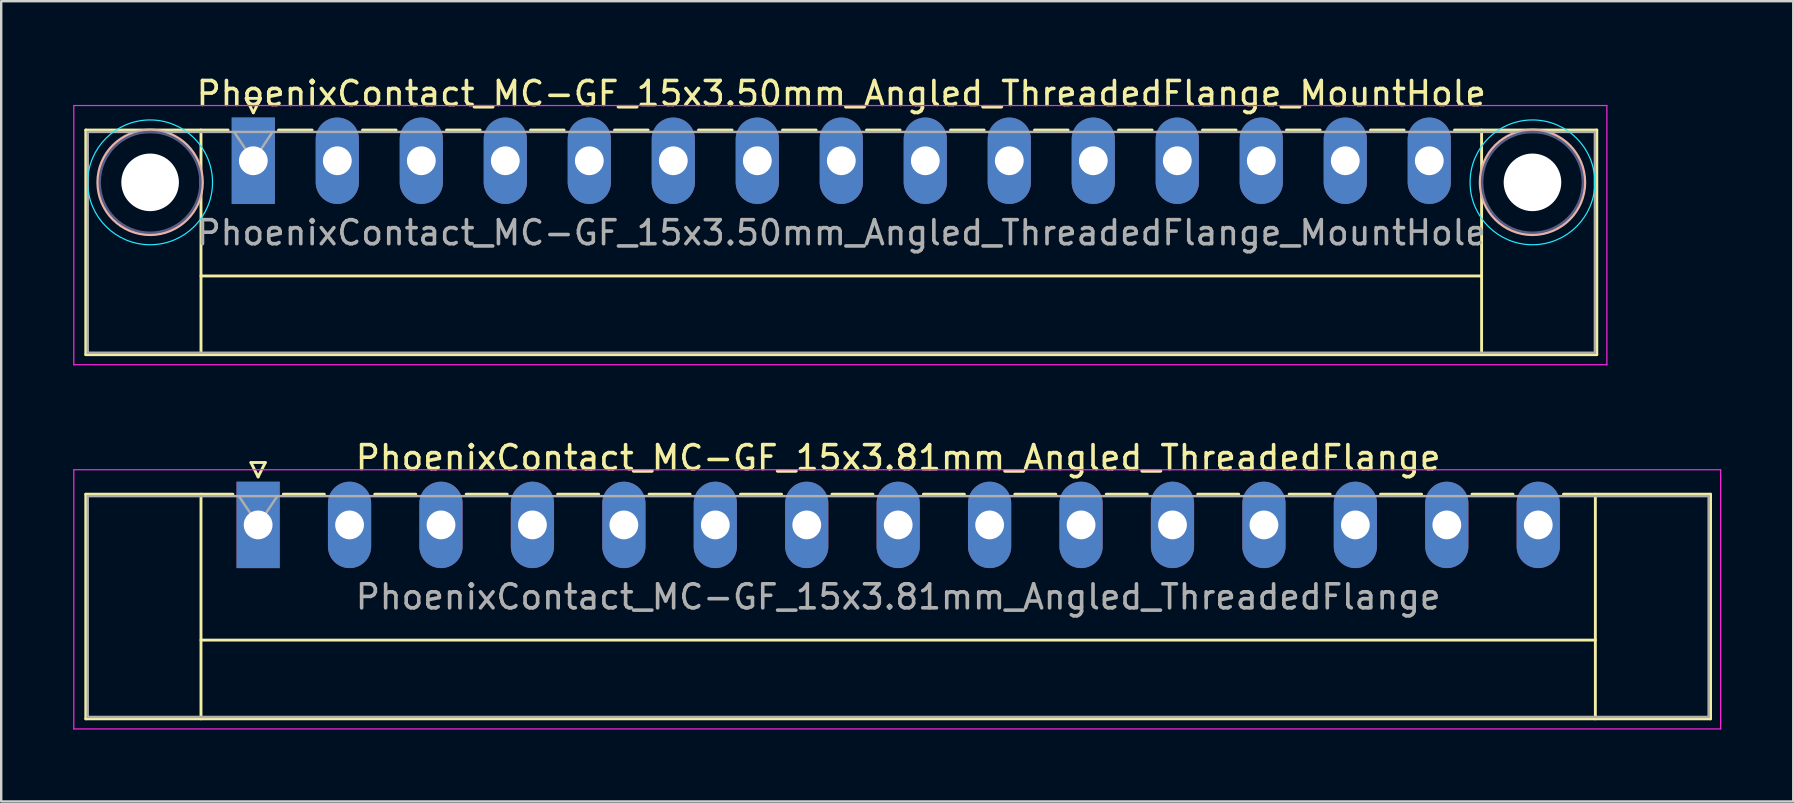
<source format=kicad_pcb>
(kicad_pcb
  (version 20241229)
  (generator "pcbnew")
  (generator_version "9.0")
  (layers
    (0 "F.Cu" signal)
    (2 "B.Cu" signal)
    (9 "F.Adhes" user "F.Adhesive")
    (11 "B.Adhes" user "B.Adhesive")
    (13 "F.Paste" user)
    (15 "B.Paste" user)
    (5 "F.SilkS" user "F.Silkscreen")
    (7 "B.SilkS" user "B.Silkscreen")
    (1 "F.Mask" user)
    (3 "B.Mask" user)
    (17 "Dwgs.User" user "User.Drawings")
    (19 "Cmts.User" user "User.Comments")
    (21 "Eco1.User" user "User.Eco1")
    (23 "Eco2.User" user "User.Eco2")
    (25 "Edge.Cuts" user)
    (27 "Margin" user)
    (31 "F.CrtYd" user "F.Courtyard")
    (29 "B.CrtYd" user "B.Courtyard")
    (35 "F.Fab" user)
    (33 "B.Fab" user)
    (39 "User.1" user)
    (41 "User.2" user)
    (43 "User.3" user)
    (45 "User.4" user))
  (footprint "PhoenixContact_MC-GF_15x3.81mm_Angled_ThreadedFlange"
    (layer "F.Cu")
    (at 7.705 18.822)
    (property "Reference" "PhoenixContact_MC-GF_15x3.81mm_Angled_ThreadedFlange" (at 26.67 -2.8 0) (layer "F.SilkS") (effects (font (size 1 1) (thickness 0.15))))
    (attr through_hole)
    (fp_line (start -7.18 -1.28) (end -7.18 8.08) (stroke (width 0.12) (type solid)) (layer "F.SilkS"))
    (fp_line (start -7.18 -1.28) (end -1.05 -1.28) (stroke (width 0.12) (type solid)) (layer "F.SilkS"))
    (fp_line (start -7.18 8.08) (end 60.52 8.08) (stroke (width 0.12) (type solid)) (layer "F.SilkS"))
    (fp_line (start -2.38 -1.28) (end -2.38 8.08) (stroke (width 0.12) (type solid)) (layer "F.SilkS"))
    (fp_line (start -2.38 4.8) (end 55.72 4.8) (stroke (width 0.12) (type solid)) (layer "F.SilkS"))
    (fp_line (start -0.3 -2.6) (end 0.3 -2.6) (stroke (width 0.12) (type solid)) (layer "F.SilkS"))
    (fp_line (start 0 -2) (end -0.3 -2.6) (stroke (width 0.12) (type solid)) (layer "F.SilkS"))
    (fp_line (start 0.3 -2.6) (end 0 -2) (stroke (width 0.12) (type solid)) (layer "F.SilkS"))
    (fp_line (start 1.05 -1.28) (end 2.76 -1.28) (stroke (width 0.12) (type solid)) (layer "F.SilkS"))
    (fp_line (start 4.86 -1.28) (end 6.57 -1.28) (stroke (width 0.12) (type solid)) (layer "F.SilkS"))
    (fp_line (start 8.67 -1.28) (end 10.38 -1.28) (stroke (width 0.12) (type solid)) (layer "F.SilkS"))
    (fp_line (start 12.48 -1.28) (end 14.19 -1.28) (stroke (width 0.12) (type solid)) (layer "F.SilkS"))
    (fp_line (start 16.29 -1.28) (end 18 -1.28) (stroke (width 0.12) (type solid)) (layer "F.SilkS"))
    (fp_line (start 20.1 -1.28) (end 21.81 -1.28) (stroke (width 0.12) (type solid)) (layer "F.SilkS"))
    (fp_line (start 23.91 -1.28) (end 25.62 -1.28) (stroke (width 0.12) (type solid)) (layer "F.SilkS"))
    (fp_line (start 27.72 -1.28) (end 29.43 -1.28) (stroke (width 0.12) (type solid)) (layer "F.SilkS"))
    (fp_line (start 31.53 -1.28) (end 33.24 -1.28) (stroke (width 0.12) (type solid)) (layer "F.SilkS"))
    (fp_line (start 35.34 -1.28) (end 37.05 -1.28) (stroke (width 0.12) (type solid)) (layer "F.SilkS"))
    (fp_line (start 39.15 -1.28) (end 40.86 -1.28) (stroke (width 0.12) (type solid)) (layer "F.SilkS"))
    (fp_line (start 42.96 -1.28) (end 44.67 -1.28) (stroke (width 0.12) (type solid)) (layer "F.SilkS"))
    (fp_line (start 46.77 -1.28) (end 48.48 -1.28) (stroke (width 0.12) (type solid)) (layer "F.SilkS"))
    (fp_line (start 50.58 -1.28) (end 52.29 -1.28) (stroke (width 0.12) (type solid)) (layer "F.SilkS"))
    (fp_line (start 55.72 -1.28) (end 55.72 8.08) (stroke (width 0.12) (type solid)) (layer "F.SilkS"))
    (fp_line (start 60.52 -1.28) (end 54.39 -1.28) (stroke (width 0.12) (type solid)) (layer "F.SilkS"))
    (fp_line (start 60.52 8.08) (end 60.52 -1.28) (stroke (width 0.12) (type solid)) (layer "F.SilkS"))
    (fp_line (start -7.68 -2.3) (end -7.68 8.5) (stroke (width 0.05) (type solid)) (layer "F.CrtYd"))
    (fp_line (start -7.68 8.5) (end 60.94 8.5) (stroke (width 0.05) (type solid)) (layer "F.CrtYd"))
    (fp_line (start 60.94 -2.3) (end -7.68 -2.3) (stroke (width 0.05) (type solid)) (layer "F.CrtYd"))
    (fp_line (start 60.94 8.5) (end 60.94 -2.3) (stroke (width 0.05) (type solid)) (layer "F.CrtYd"))
    (fp_line (start -7.1 -1.2) (end -7.1 8) (stroke (width 0.1) (type solid)) (layer "F.Fab"))
    (fp_line (start -7.1 8) (end 60.44 8) (stroke (width 0.1) (type solid)) (layer "F.Fab"))
    (fp_line (start 0 0) (end -0.8 -1.2) (stroke (width 0.1) (type solid)) (layer "F.Fab"))
    (fp_line (start 0.8 -1.2) (end 0 0) (stroke (width 0.1) (type solid)) (layer "F.Fab"))
    (fp_line (start 60.44 -1.2) (end -7.1 -1.2) (stroke (width 0.1) (type solid)) (layer "F.Fab"))
    (fp_line (start 60.44 8) (end 60.44 -1.2) (stroke (width 0.1) (type solid)) (layer "F.Fab"))
    (fp_text user "${REFERENCE}" (at 26.67 3 0) (layer "F.Fab") (effects (font (size 1 1) (thickness 0.15))))
    (pad "1" thru_hole rect (at 0 0) (size 1.8 3.6) (drill 1.2) (layers "*.Cu" "*.Mask"))
    (pad "2" thru_hole oval (at 3.81 0) (size 1.8 3.6) (drill 1.2) (layers "*.Cu" "*.Mask"))
    (pad "3" thru_hole oval (at 7.62 0) (size 1.8 3.6) (drill 1.2) (layers "*.Cu" "*.Mask"))
    (pad "4" thru_hole oval (at 11.43 0) (size 1.8 3.6) (drill 1.2) (layers "*.Cu" "*.Mask"))
    (pad "5" thru_hole oval (at 15.24 0) (size 1.8 3.6) (drill 1.2) (layers "*.Cu" "*.Mask"))
    (pad "6" thru_hole oval (at 19.05 0) (size 1.8 3.6) (drill 1.2) (layers "*.Cu" "*.Mask"))
    (pad "7" thru_hole oval (at 22.86 0) (size 1.8 3.6) (drill 1.2) (layers "*.Cu" "*.Mask"))
    (pad "8" thru_hole oval (at 26.67 0) (size 1.8 3.6) (drill 1.2) (layers "*.Cu" "*.Mask"))
    (pad "9" thru_hole oval (at 30.48 0) (size 1.8 3.6) (drill 1.2) (layers "*.Cu" "*.Mask"))
    (pad "10" thru_hole oval (at 34.29 0) (size 1.8 3.6) (drill 1.2) (layers "*.Cu" "*.Mask"))
    (pad "11" thru_hole oval (at 38.1 0) (size 1.8 3.6) (drill 1.2) (layers "*.Cu" "*.Mask"))
    (pad "12" thru_hole oval (at 41.91 0) (size 1.8 3.6) (drill 1.2) (layers "*.Cu" "*.Mask"))
    (pad "13" thru_hole oval (at 45.72 0) (size 1.8 3.6) (drill 1.2) (layers "*.Cu" "*.Mask"))
    (pad "14" thru_hole oval (at 49.53 0) (size 1.8 3.6) (drill 1.2) (layers "*.Cu" "*.Mask"))
    (pad "15" thru_hole oval (at 53.34 0) (size 1.8 3.6) (drill 1.2) (layers "*.Cu" "*.Mask")))
  (footprint "PhoenixContact_MC-GF_15x3.50mm_Angled_ThreadedFlange_MountHole"
    (layer "F.Cu")
    (at 7.505 3.648)
    (property "Reference" "PhoenixContact_MC-GF_15x3.50mm_Angled_ThreadedFlange_MountHole" (at 24.5 -2.8 0) (layer "F.SilkS") (effects (font (size 1 1) (thickness 0.15))))
    (attr through_hole)
    (fp_line (start -6.98 -1.28) (end -6.98 8.08) (stroke (width 0.12) (type solid)) (layer "F.SilkS"))
    (fp_line (start -6.98 -1.28) (end -1.05 -1.28) (stroke (width 0.12) (type solid)) (layer "F.SilkS"))
    (fp_line (start -6.98 8.08) (end 55.98 8.08) (stroke (width 0.12) (type solid)) (layer "F.SilkS"))
    (fp_line (start -2.18 -1.28) (end -2.18 8.08) (stroke (width 0.12) (type solid)) (layer "F.SilkS"))
    (fp_line (start -2.18 4.8) (end 51.18 4.8) (stroke (width 0.12) (type solid)) (layer "F.SilkS"))
    (fp_line (start -0.3 -2.6) (end 0.3 -2.6) (stroke (width 0.12) (type solid)) (layer "F.SilkS"))
    (fp_line (start 0 -2) (end -0.3 -2.6) (stroke (width 0.12) (type solid)) (layer "F.SilkS"))
    (fp_line (start 0.3 -2.6) (end 0 -2) (stroke (width 0.12) (type solid)) (layer "F.SilkS"))
    (fp_line (start 1.05 -1.28) (end 2.45 -1.28) (stroke (width 0.12) (type solid)) (layer "F.SilkS"))
    (fp_line (start 4.55 -1.28) (end 5.95 -1.28) (stroke (width 0.12) (type solid)) (layer "F.SilkS"))
    (fp_line (start 8.05 -1.28) (end 9.45 -1.28) (stroke (width 0.12) (type solid)) (layer "F.SilkS"))
    (fp_line (start 11.55 -1.28) (end 12.95 -1.28) (stroke (width 0.12) (type solid)) (layer "F.SilkS"))
    (fp_line (start 15.05 -1.28) (end 16.45 -1.28) (stroke (width 0.12) (type solid)) (layer "F.SilkS"))
    (fp_line (start 18.55 -1.28) (end 19.95 -1.28) (stroke (width 0.12) (type solid)) (layer "F.SilkS"))
    (fp_line (start 22.05 -1.28) (end 23.45 -1.28) (stroke (width 0.12) (type solid)) (layer "F.SilkS"))
    (fp_line (start 25.55 -1.28) (end 26.95 -1.28) (stroke (width 0.12) (type solid)) (layer "F.SilkS"))
    (fp_line (start 29.05 -1.28) (end 30.45 -1.28) (stroke (width 0.12) (type solid)) (layer "F.SilkS"))
    (fp_line (start 32.55 -1.28) (end 33.95 -1.28) (stroke (width 0.12) (type solid)) (layer "F.SilkS"))
    (fp_line (start 36.05 -1.28) (end 37.45 -1.28) (stroke (width 0.12) (type solid)) (layer "F.SilkS"))
    (fp_line (start 39.55 -1.28) (end 40.95 -1.28) (stroke (width 0.12) (type solid)) (layer "F.SilkS"))
    (fp_line (start 43.05 -1.28) (end 44.45 -1.28) (stroke (width 0.12) (type solid)) (layer "F.SilkS"))
    (fp_line (start 46.55 -1.28) (end 47.95 -1.28) (stroke (width 0.12) (type solid)) (layer "F.SilkS"))
    (fp_line (start 51.18 -1.28) (end 51.18 8.08) (stroke (width 0.12) (type solid)) (layer "F.SilkS"))
    (fp_line (start 55.98 -1.28) (end 50.05 -1.28) (stroke (width 0.12) (type solid)) (layer "F.SilkS"))
    (fp_line (start 55.98 8.08) (end 55.98 -1.28) (stroke (width 0.12) (type solid)) (layer "F.SilkS"))
    (fp_circle (center -4.3 0.9) (end -2.12 0.9) (stroke (width 0.12) (type solid)) (fill no) (layer "B.SilkS"))
    (fp_circle (center 53.3 0.9) (end 55.48 0.9) (stroke (width 0.12) (type solid)) (fill no) (layer "B.SilkS"))
    (fp_circle (center -4.3 0.9) (end -1.7 0.9) (stroke (width 0.05) (type solid)) (fill no) (layer "B.CrtYd"))
    (fp_circle (center 53.3 0.9) (end 55.9 0.9) (stroke (width 0.05) (type solid)) (fill no) (layer "B.CrtYd"))
    (fp_line (start -7.48 -2.3) (end -7.48 8.5) (stroke (width 0.05) (type solid)) (layer "F.CrtYd"))
    (fp_line (start -7.48 8.5) (end 56.4 8.5) (stroke (width 0.05) (type solid)) (layer "F.CrtYd"))
    (fp_line (start 56.4 -2.3) (end -7.48 -2.3) (stroke (width 0.05) (type solid)) (layer "F.CrtYd"))
    (fp_line (start 56.4 8.5) (end 56.4 -2.3) (stroke (width 0.05) (type solid)) (layer "F.CrtYd"))
    (fp_circle (center -4.3 0.9) (end -2.2 0.9) (stroke (width 0.1) (type solid)) (fill no) (layer "B.Fab"))
    (fp_circle (center 53.3 0.9) (end 55.4 0.9) (stroke (width 0.1) (type solid)) (fill no) (layer "B.Fab"))
    (fp_line (start -6.9 -1.2) (end -6.9 8) (stroke (width 0.1) (type solid)) (layer "F.Fab"))
    (fp_line (start -6.9 8) (end 55.9 8) (stroke (width 0.1) (type solid)) (layer "F.Fab"))
    (fp_line (start 0 0) (end -0.8 -1.2) (stroke (width 0.1) (type solid)) (layer "F.Fab"))
    (fp_line (start 0.8 -1.2) (end 0 0) (stroke (width 0.1) (type solid)) (layer "F.Fab"))
    (fp_line (start 55.9 -1.2) (end -6.9 -1.2) (stroke (width 0.1) (type solid)) (layer "F.Fab"))
    (fp_line (start 55.9 8) (end 55.9 -1.2) (stroke (width 0.1) (type solid)) (layer "F.Fab"))
    (fp_text user "${REFERENCE}" (at 24.5 3 0) (layer "F.Fab") (effects (font (size 1 1) (thickness 0.15))))
    (pad "" np_thru_hole circle (at -4.3 0.9) (size 2.4 2.4) (drill 2.4) (layers "*.Cu" "*.Mask"))
    (pad "" np_thru_hole circle (at 53.3 0.9) (size 2.4 2.4) (drill 2.4) (layers "*.Cu" "*.Mask"))
    (pad "1" thru_hole rect (at 0 0) (size 1.8 3.6) (drill 1.2) (layers "*.Cu" "*.Mask"))
    (pad "2" thru_hole oval (at 3.5 0) (size 1.8 3.6) (drill 1.2) (layers "*.Cu" "*.Mask"))
    (pad "3" thru_hole oval (at 7 0) (size 1.8 3.6) (drill 1.2) (layers "*.Cu" "*.Mask"))
    (pad "4" thru_hole oval (at 10.5 0) (size 1.8 3.6) (drill 1.2) (layers "*.Cu" "*.Mask"))
    (pad "5" thru_hole oval (at 14 0) (size 1.8 3.6) (drill 1.2) (layers "*.Cu" "*.Mask"))
    (pad "6" thru_hole oval (at 17.5 0) (size 1.8 3.6) (drill 1.2) (layers "*.Cu" "*.Mask"))
    (pad "7" thru_hole oval (at 21 0) (size 1.8 3.6) (drill 1.2) (layers "*.Cu" "*.Mask"))
    (pad "8" thru_hole oval (at 24.5 0) (size 1.8 3.6) (drill 1.2) (layers "*.Cu" "*.Mask"))
    (pad "9" thru_hole oval (at 28 0) (size 1.8 3.6) (drill 1.2) (layers "*.Cu" "*.Mask"))
    (pad "10" thru_hole oval (at 31.5 0) (size 1.8 3.6) (drill 1.2) (layers "*.Cu" "*.Mask"))
    (pad "11" thru_hole oval (at 35 0) (size 1.8 3.6) (drill 1.2) (layers "*.Cu" "*.Mask"))
    (pad "12" thru_hole oval (at 38.5 0) (size 1.8 3.6) (drill 1.2) (layers "*.Cu" "*.Mask"))
    (pad "13" thru_hole oval (at 42 0) (size 1.8 3.6) (drill 1.2) (layers "*.Cu" "*.Mask"))
    (pad "14" thru_hole oval (at 45.5 0) (size 1.8 3.6) (drill 1.2) (layers "*.Cu" "*.Mask"))
    (pad "15" thru_hole oval (at 49 0) (size 1.8 3.6) (drill 1.2) (layers "*.Cu" "*.Mask")))
  (gr_rect
    (start -3 -3)
    (end 71.67 30.346)
    (stroke (width 0.1) (type default))
    (fill no)
    (layer "Edge.Cuts")))
</source>
